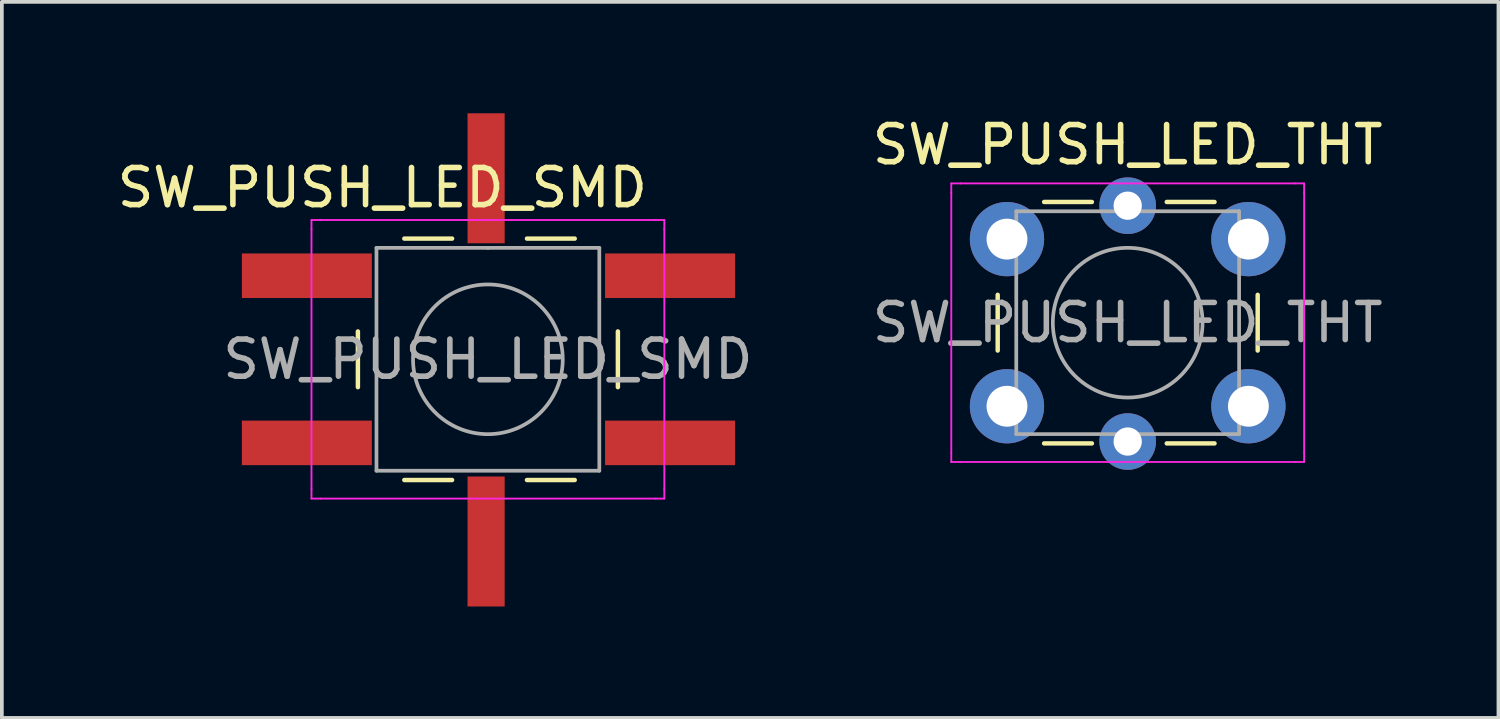
<source format=kicad_pcb>
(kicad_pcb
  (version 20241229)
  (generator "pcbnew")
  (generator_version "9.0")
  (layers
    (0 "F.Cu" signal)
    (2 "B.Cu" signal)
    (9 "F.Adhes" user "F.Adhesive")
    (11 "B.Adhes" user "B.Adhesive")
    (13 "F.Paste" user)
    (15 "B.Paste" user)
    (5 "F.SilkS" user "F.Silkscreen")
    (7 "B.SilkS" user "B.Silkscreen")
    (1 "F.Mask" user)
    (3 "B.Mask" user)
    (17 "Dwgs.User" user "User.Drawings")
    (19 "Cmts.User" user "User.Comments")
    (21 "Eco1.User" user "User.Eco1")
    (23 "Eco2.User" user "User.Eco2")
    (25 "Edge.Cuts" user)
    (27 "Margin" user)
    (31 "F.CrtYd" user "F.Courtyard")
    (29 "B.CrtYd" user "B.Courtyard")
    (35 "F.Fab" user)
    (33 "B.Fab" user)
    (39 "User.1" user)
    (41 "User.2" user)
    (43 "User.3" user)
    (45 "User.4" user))
  (footprint "SW_PUSH_LED_SMD"
    (layer "F.Cu")
    (at 10.038 6.576)
    (property "Reference" "SW_PUSH_LED_SMD" (at -2.794 -4.572 0) (layer "F.SilkS") (effects (font (size 1 1) (thickness 0.15))))
    (attr through_hole)
    (fp_line (start -3.452 -0.702) (end -3.452 0.798) (stroke (width 0.12) (type solid)) (layer "F.SilkS"))
    (fp_line (start -2.202 3.298) (end -0.916 3.298) (stroke (width 0.12) (type solid)) (layer "F.SilkS"))
    (fp_line (start -0.916 -3.202) (end -2.202 -3.202) (stroke (width 0.12) (type solid)) (layer "F.SilkS"))
    (fp_line (start 1.1 3.298) (end 2.386 3.298) (stroke (width 0.12) (type solid)) (layer "F.SilkS"))
    (fp_line (start 2.386 -3.202) (end 1.1 -3.202) (stroke (width 0.12) (type solid)) (layer "F.SilkS"))
    (fp_line (start 3.548 0.798) (end 3.548 -0.702) (stroke (width 0.12) (type solid)) (layer "F.SilkS"))
    (fp_line (start -4.702 -3.702) (end -4.452 -3.702) (stroke (width 0.05) (type solid)) (layer "F.CrtYd"))
    (fp_line (start -4.702 -3.452) (end -4.702 -3.702) (stroke (width 0.05) (type solid)) (layer "F.CrtYd"))
    (fp_line (start -4.702 3.548) (end -4.702 -3.452) (stroke (width 0.05) (type solid)) (layer "F.CrtYd"))
    (fp_line (start -4.702 3.548) (end -4.702 3.798) (stroke (width 0.05) (type solid)) (layer "F.CrtYd"))
    (fp_line (start -4.702 3.798) (end -4.452 3.798) (stroke (width 0.05) (type solid)) (layer "F.CrtYd"))
    (fp_line (start -4.452 -3.702) (end 4.548 -3.702) (stroke (width 0.05) (type solid)) (layer "F.CrtYd"))
    (fp_line (start 4.548 -3.702) (end 4.798 -3.702) (stroke (width 0.05) (type solid)) (layer "F.CrtYd"))
    (fp_line (start 4.548 3.798) (end -4.452 3.798) (stroke (width 0.05) (type solid)) (layer "F.CrtYd"))
    (fp_line (start 4.548 3.798) (end 4.798 3.798) (stroke (width 0.05) (type solid)) (layer "F.CrtYd"))
    (fp_line (start 4.798 -3.702) (end 4.798 -3.452) (stroke (width 0.05) (type solid)) (layer "F.CrtYd"))
    (fp_line (start 4.798 -3.452) (end 4.798 3.548) (stroke (width 0.05) (type solid)) (layer "F.CrtYd"))
    (fp_line (start 4.798 3.798) (end 4.798 3.548) (stroke (width 0.05) (type solid)) (layer "F.CrtYd"))
    (fp_line (start -2.952 -2.952) (end 0.048 -2.952) (stroke (width 0.1) (type solid)) (layer "F.Fab"))
    (fp_line (start -2.952 3.048) (end -2.952 -2.952) (stroke (width 0.1) (type solid)) (layer "F.Fab"))
    (fp_line (start 0.048 -2.952) (end 3.048 -2.952) (stroke (width 0.1) (type solid)) (layer "F.Fab"))
    (fp_line (start 3.048 -2.952) (end 3.048 3.048) (stroke (width 0.1) (type solid)) (layer "F.Fab"))
    (fp_line (start 3.048 3.048) (end -2.952 3.048) (stroke (width 0.1) (type solid)) (layer "F.Fab"))
    (fp_circle (center 0.048 0.048) (end -1.952 0.298) (stroke (width 0.1) (type solid)) (fill no) (layer "F.Fab"))
    (fp_text user "${REFERENCE}" (at 0.048 0.048 0) (layer "F.Fab") (effects (font (size 1 1) (thickness 0.15))))
    (pad "1" smd rect (at -4.826 -2.202 90) (size 1.2 3.5) (layers "F.Cu" "F.Mask" "F.Paste"))
    (pad "1" smd rect (at 4.953 -2.202 90) (size 1.2 3.5) (layers "F.Cu" "F.Mask" "F.Paste"))
    (pad "2" smd rect (at -4.826 2.298 90) (size 1.2 3.5) (layers "F.Cu" "F.Mask" "F.Paste"))
    (pad "2" smd rect (at 4.953 2.298 90) (size 1.2 3.5) (layers "F.Cu" "F.Mask" "F.Paste"))
    (pad "3" smd rect (at 0 -4.826) (size 1 3.5) (layers "F.Cu" "F.Mask" "F.Paste"))
    (pad "4" smd rect (at 0 4.953) (size 1 3.5) (layers "F.Cu" "F.Mask" "F.Paste")))
  (footprint "SW_PUSH_LED_THT"
    (layer "F.Cu")
    (at 27.264 5.59)
    (property "Reference" "SW_PUSH_LED_THT" (at 0.048 -4.742 0) (layer "F.SilkS") (effects (font (size 1 1) (thickness 0.15))))
    (attr through_hole)
    (fp_line (start -3.452 -0.702) (end -3.452 0.798) (stroke (width 0.12) (type solid)) (layer "F.SilkS"))
    (fp_line (start -2.202 3.298) (end -0.916 3.298) (stroke (width 0.12) (type solid)) (layer "F.SilkS"))
    (fp_line (start -0.916 -3.202) (end -2.202 -3.202) (stroke (width 0.12) (type solid)) (layer "F.SilkS"))
    (fp_line (start 1.1 3.298) (end 2.386 3.298) (stroke (width 0.12) (type solid)) (layer "F.SilkS"))
    (fp_line (start 2.386 -3.202) (end 1.1 -3.202) (stroke (width 0.12) (type solid)) (layer "F.SilkS"))
    (fp_line (start 3.548 0.798) (end 3.548 -0.702) (stroke (width 0.12) (type solid)) (layer "F.SilkS"))
    (fp_line (start -4.702 -3.702) (end -4.452 -3.702) (stroke (width 0.05) (type solid)) (layer "F.CrtYd"))
    (fp_line (start -4.702 -3.452) (end -4.702 -3.702) (stroke (width 0.05) (type solid)) (layer "F.CrtYd"))
    (fp_line (start -4.702 3.548) (end -4.702 -3.452) (stroke (width 0.05) (type solid)) (layer "F.CrtYd"))
    (fp_line (start -4.702 3.548) (end -4.702 3.798) (stroke (width 0.05) (type solid)) (layer "F.CrtYd"))
    (fp_line (start -4.702 3.798) (end -4.452 3.798) (stroke (width 0.05) (type solid)) (layer "F.CrtYd"))
    (fp_line (start -4.452 -3.702) (end 4.548 -3.702) (stroke (width 0.05) (type solid)) (layer "F.CrtYd"))
    (fp_line (start 4.548 -3.702) (end 4.798 -3.702) (stroke (width 0.05) (type solid)) (layer "F.CrtYd"))
    (fp_line (start 4.548 3.798) (end -4.452 3.798) (stroke (width 0.05) (type solid)) (layer "F.CrtYd"))
    (fp_line (start 4.548 3.798) (end 4.798 3.798) (stroke (width 0.05) (type solid)) (layer "F.CrtYd"))
    (fp_line (start 4.798 -3.702) (end 4.798 -3.452) (stroke (width 0.05) (type solid)) (layer "F.CrtYd"))
    (fp_line (start 4.798 -3.452) (end 4.798 3.548) (stroke (width 0.05) (type solid)) (layer "F.CrtYd"))
    (fp_line (start 4.798 3.798) (end 4.798 3.548) (stroke (width 0.05) (type solid)) (layer "F.CrtYd"))
    (fp_line (start -2.952 -2.952) (end 0.048 -2.952) (stroke (width 0.1) (type solid)) (layer "F.Fab"))
    (fp_line (start -2.952 3.048) (end -2.952 -2.952) (stroke (width 0.1) (type solid)) (layer "F.Fab"))
    (fp_line (start 0.048 -2.952) (end 3.048 -2.952) (stroke (width 0.1) (type solid)) (layer "F.Fab"))
    (fp_line (start 3.048 -2.952) (end 3.048 3.048) (stroke (width 0.1) (type solid)) (layer "F.Fab"))
    (fp_line (start 3.048 3.048) (end -2.952 3.048) (stroke (width 0.1) (type solid)) (layer "F.Fab"))
    (fp_circle (center 0.048 0.048) (end -1.952 0.298) (stroke (width 0.1) (type solid)) (fill no) (layer "F.Fab"))
    (fp_text user "${REFERENCE}" (at 0.048 0.048 0) (layer "F.Fab") (effects (font (size 1 1) (thickness 0.15))))
    (pad "1" thru_hole circle (at -3.202 -2.202 90) (size 2 2) (drill 1.1) (layers "*.Cu" "*.Mask"))
    (pad "1" thru_hole circle (at 3.298 -2.202 90) (size 2 2) (drill 1.1) (layers "*.Cu" "*.Mask"))
    (pad "2" thru_hole circle (at -3.202 2.298 90) (size 2 2) (drill 1.1) (layers "*.Cu" "*.Mask"))
    (pad "2" thru_hole circle (at 3.298 2.298 90) (size 2 2) (drill 1.1) (layers "*.Cu" "*.Mask"))
    (pad "3" thru_hole circle (at 0.048 -3.102) (size 1.524 1.524) (drill 0.762) (layers "*.Cu" "*.Mask"))
    (pad "4" thru_hole circle (at 0.048 3.248) (size 1.524 1.524) (drill 0.762) (layers "*.Cu" "*.Mask")))
  (gr_rect
    (start -3 -3)
    (end 37.294 16.279)
    (stroke (width 0.1) (type default))
    (fill no)
    (layer "Edge.Cuts")))
</source>
